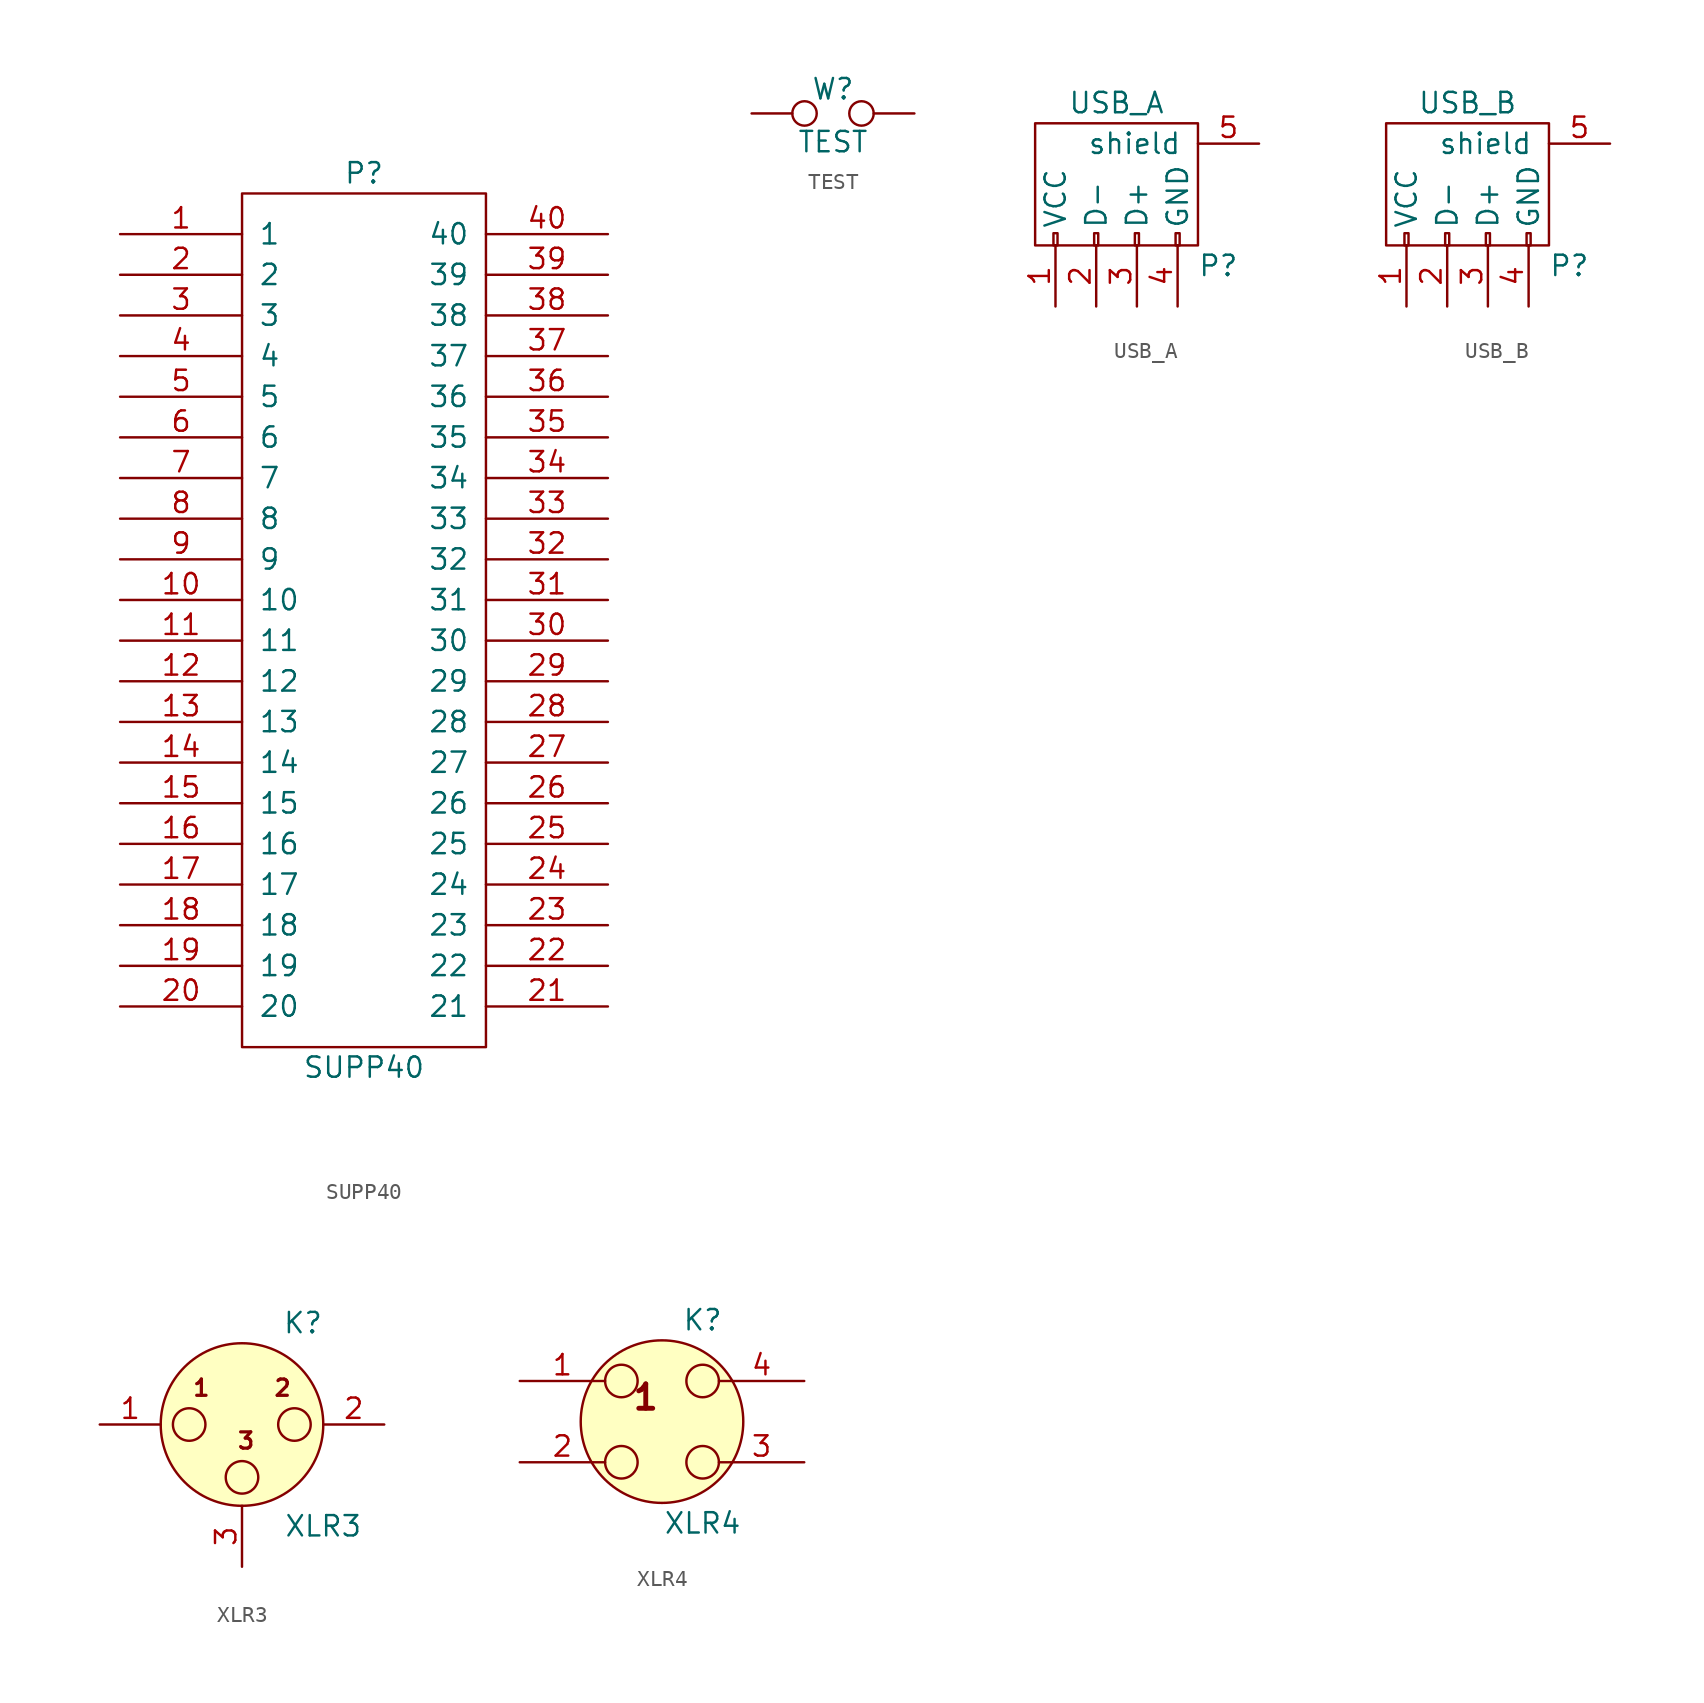
<source format=kicad_sym>
(kicad_symbol_lib
  (version 20231120)
  (generator "kicad_symbol_editor")
  (generator_version "8.0")
  (symbol "SUPP40"
    (pin_names
      (offset 1.016))
    (property "Reference" "P"
      (at 0 27.94 0)
      (effects (font (size 1.27 1.27))))
    (property "Value" "SUPP40"
      (at 0 -27.94 0)
      (effects (font (size 1.27 1.27))))
    (property "Footprint" ""
      (at 0 0 0)
      (effects (font (size 1.27 1.27))))
    (property "Datasheet" ""
      (at 0 0 0)
      (effects (font (size 1.27 1.27))))
    (symbol "SUPP40_0_1"
      (rectangle (start -7.62 -26.67) (end 7.62 26.67) (stroke (width 0) (type solid)) (fill (type none))))
    (symbol "SUPP40_1_1"
      (pin passive line (at -15.24 24.13 0) (length 7.62) (name "1" (effects (font (size 1.27 1.27)))) (number "1" (effects (font (size 1.27 1.27)))))
      (pin passive line (at -15.24 1.27 0) (length 7.62) (name "10" (effects (font (size 1.27 1.27)))) (number "10" (effects (font (size 1.27 1.27)))))
      (pin passive line (at -15.24 -1.27 0) (length 7.62) (name "11" (effects (font (size 1.27 1.27)))) (number "11" (effects (font (size 1.27 1.27)))))
      (pin passive line (at -15.24 -3.81 0) (length 7.62) (name "12" (effects (font (size 1.27 1.27)))) (number "12" (effects (font (size 1.27 1.27)))))
      (pin passive line (at -15.24 -6.35 0) (length 7.62) (name "13" (effects (font (size 1.27 1.27)))) (number "13" (effects (font (size 1.27 1.27)))))
      (pin passive line (at -15.24 -8.89 0) (length 7.62) (name "14" (effects (font (size 1.27 1.27)))) (number "14" (effects (font (size 1.27 1.27)))))
      (pin passive line (at -15.24 -11.43 0) (length 7.62) (name "15" (effects (font (size 1.27 1.27)))) (number "15" (effects (font (size 1.27 1.27)))))
      (pin passive line (at -15.24 -13.97 0) (length 7.62) (name "16" (effects (font (size 1.27 1.27)))) (number "16" (effects (font (size 1.27 1.27)))))
      (pin passive line (at -15.24 -16.51 0) (length 7.62) (name "17" (effects (font (size 1.27 1.27)))) (number "17" (effects (font (size 1.27 1.27)))))
      (pin passive line (at -15.24 -19.05 0) (length 7.62) (name "18" (effects (font (size 1.27 1.27)))) (number "18" (effects (font (size 1.27 1.27)))))
      (pin passive line (at -15.24 -21.59 0) (length 7.62) (name "19" (effects (font (size 1.27 1.27)))) (number "19" (effects (font (size 1.27 1.27)))))
      (pin passive line (at -15.24 21.59 0) (length 7.62) (name "2" (effects (font (size 1.27 1.27)))) (number "2" (effects (font (size 1.27 1.27)))))
      (pin passive line (at -15.24 -24.13 0) (length 7.62) (name "20" (effects (font (size 1.27 1.27)))) (number "20" (effects (font (size 1.27 1.27)))))
      (pin passive line (at 15.24 -24.13 180) (length 7.62) (name "21" (effects (font (size 1.27 1.27)))) (number "21" (effects (font (size 1.27 1.27)))))
      (pin passive line (at 15.24 -21.59 180) (length 7.62) (name "22" (effects (font (size 1.27 1.27)))) (number "22" (effects (font (size 1.27 1.27)))))
      (pin passive line (at 15.24 -19.05 180) (length 7.62) (name "23" (effects (font (size 1.27 1.27)))) (number "23" (effects (font (size 1.27 1.27)))))
      (pin passive line (at 15.24 -16.51 180) (length 7.62) (name "24" (effects (font (size 1.27 1.27)))) (number "24" (effects (font (size 1.27 1.27)))))
      (pin passive line (at 15.24 -13.97 180) (length 7.62) (name "25" (effects (font (size 1.27 1.27)))) (number "25" (effects (font (size 1.27 1.27)))))
      (pin passive line (at 15.24 -11.43 180) (length 7.62) (name "26" (effects (font (size 1.27 1.27)))) (number "26" (effects (font (size 1.27 1.27)))))
      (pin passive line (at 15.24 -8.89 180) (length 7.62) (name "27" (effects (font (size 1.27 1.27)))) (number "27" (effects (font (size 1.27 1.27)))))
      (pin passive line (at 15.24 -6.35 180) (length 7.62) (name "28" (effects (font (size 1.27 1.27)))) (number "28" (effects (font (size 1.27 1.27)))))
      (pin passive line (at 15.24 -3.81 180) (length 7.62) (name "29" (effects (font (size 1.27 1.27)))) (number "29" (effects (font (size 1.27 1.27)))))
      (pin passive line (at -15.24 19.05 0) (length 7.62) (name "3" (effects (font (size 1.27 1.27)))) (number "3" (effects (font (size 1.27 1.27)))))
      (pin passive line (at 15.24 -1.27 180) (length 7.62) (name "30" (effects (font (size 1.27 1.27)))) (number "30" (effects (font (size 1.27 1.27)))))
      (pin passive line (at 15.24 1.27 180) (length 7.62) (name "31" (effects (font (size 1.27 1.27)))) (number "31" (effects (font (size 1.27 1.27)))))
      (pin passive line (at 15.24 3.81 180) (length 7.62) (name "32" (effects (font (size 1.27 1.27)))) (number "32" (effects (font (size 1.27 1.27)))))
      (pin passive line (at 15.24 6.35 180) (length 7.62) (name "33" (effects (font (size 1.27 1.27)))) (number "33" (effects (font (size 1.27 1.27)))))
      (pin passive line (at 15.24 8.89 180) (length 7.62) (name "34" (effects (font (size 1.27 1.27)))) (number "34" (effects (font (size 1.27 1.27)))))
      (pin passive line (at 15.24 11.43 180) (length 7.62) (name "35" (effects (font (size 1.27 1.27)))) (number "35" (effects (font (size 1.27 1.27)))))
      (pin passive line (at 15.24 13.97 180) (length 7.62) (name "36" (effects (font (size 1.27 1.27)))) (number "36" (effects (font (size 1.27 1.27)))))
      (pin passive line (at 15.24 16.51 180) (length 7.62) (name "37" (effects (font (size 1.27 1.27)))) (number "37" (effects (font (size 1.27 1.27)))))
      (pin passive line (at 15.24 19.05 180) (length 7.62) (name "38" (effects (font (size 1.27 1.27)))) (number "38" (effects (font (size 1.27 1.27)))))
      (pin passive line (at 15.24 21.59 180) (length 7.62) (name "39" (effects (font (size 1.27 1.27)))) (number "39" (effects (font (size 1.27 1.27)))))
      (pin passive line (at -15.24 16.51 0) (length 7.62) (name "4" (effects (font (size 1.27 1.27)))) (number "4" (effects (font (size 1.27 1.27)))))
      (pin passive line (at 15.24 24.13 180) (length 7.62) (name "40" (effects (font (size 1.27 1.27)))) (number "40" (effects (font (size 1.27 1.27)))))
      (pin passive line (at -15.24 13.97 0) (length 7.62) (name "5" (effects (font (size 1.27 1.27)))) (number "5" (effects (font (size 1.27 1.27)))))
      (pin passive line (at -15.24 11.43 0) (length 7.62) (name "6" (effects (font (size 1.27 1.27)))) (number "6" (effects (font (size 1.27 1.27)))))
      (pin passive line (at -15.24 8.89 0) (length 7.62) (name "7" (effects (font (size 1.27 1.27)))) (number "7" (effects (font (size 1.27 1.27)))))
      (pin passive line (at -15.24 6.35 0) (length 7.62) (name "8" (effects (font (size 1.27 1.27)))) (number "8" (effects (font (size 1.27 1.27)))))
      (pin passive line (at -15.24 3.81 0) (length 7.62) (name "9" (effects (font (size 1.27 1.27)))) (number "9" (effects (font (size 1.27 1.27)))))))
  (symbol "TEST"
    (pin_numbers hide)
    (pin_names
      (offset 0.762) hide)
    (property "Reference" "W"
      (at 0 1.524 0)
      (effects (font (size 1.27 1.27))))
    (property "Value" "TEST"
      (at 0 -1.778 0)
      (effects (font (size 1.27 1.27))))
    (property "Footprint" ""
      (at 0 0 0)
      (effects (font (size 1.27 1.27))))
    (property "Datasheet" ""
      (at 0 0 0)
      (effects (font (size 1.27 1.27))))
    (symbol "TEST_0_1"
      (circle (center -1.778 0) (radius 0.762) (stroke (width 0) (type solid)) (fill (type none)))
      (circle (center 1.778 0) (radius 0.762) (stroke (width 0) (type solid)) (fill (type none)))
      (pin passive line (at -5.08 0 0) (length 2.54) (name "1" (effects (font (size 1.27 1.27)))) (number "1" (effects (font (size 1.27 1.27)))))
      (pin passive line (at 5.08 0 180) (length 2.54) (name "2" (effects (font (size 1.27 1.27)))) (number "2" (effects (font (size 1.27 1.27)))))))
  (symbol "USB_A"
    (pin_names
      (offset 1.016))
    (property "Reference" "P"
      (at 5.08 -5.08 0)
      (effects (font (size 1.27 1.27))))
    (property "Value" "USB_A"
      (at -1.27 5.08 0)
      (effects (font (size 1.27 1.27))))
    (property "Footprint" ""
      (at -1.27 -2.54 90)
      (effects (font (size 1.27 1.27))))
    (property "Datasheet" ""
      (at -1.27 -2.54 90)
      (effects (font (size 1.27 1.27))))
    (symbol "USB_A_0_1"
      (rectangle (start -6.35 -3.81) (end 3.81 3.81) (stroke (width 0) (type solid)) (fill (type none)))
      (rectangle (start -5.207 -3.81) (end -4.953 -3.048) (stroke (width 0) (type solid)) (fill (type none)))
      (rectangle (start -2.667 -3.81) (end -2.413 -3.048) (stroke (width 0) (type solid)) (fill (type none)))
      (rectangle (start -0.127 -3.81) (end 0.127 -3.048) (stroke (width 0) (type solid)) (fill (type none)))
      (rectangle (start 2.413 -3.81) (end 2.667 -3.048) (stroke (width 0) (type solid)) (fill (type none))))
    (symbol "USB_A_1_1"
      (pin power_in line (at -5.08 -7.62 90) (length 3.81) (name "VCC" (effects (font (size 1.27 1.27)))) (number "1" (effects (font (size 1.27 1.27)))))
      (pin passive line (at -2.54 -7.62 90) (length 3.81) (name "D-" (effects (font (size 1.27 1.27)))) (number "2" (effects (font (size 1.27 1.27)))))
      (pin passive line (at 0 -7.62 90) (length 3.81) (name "D+" (effects (font (size 1.27 1.27)))) (number "3" (effects (font (size 1.27 1.27)))))
      (pin power_in line (at 2.54 -7.62 90) (length 3.81) (name "GND" (effects (font (size 1.27 1.27)))) (number "4" (effects (font (size 1.27 1.27)))))
      (pin passive line (at 7.62 2.54 180) (length 3.81) (name "shield" (effects (font (size 1.27 1.27)))) (number "5" (effects (font (size 1.27 1.27)))))))
  (symbol "USB_B"
    (pin_names
      (offset 1.016))
    (property "Reference" "P"
      (at 5.08 -5.08 0)
      (effects (font (size 1.27 1.27))))
    (property "Value" "USB_B"
      (at -1.27 5.08 0)
      (effects (font (size 1.27 1.27))))
    (property "Footprint" ""
      (at -1.27 -2.54 90)
      (effects (font (size 1.27 1.27))))
    (property "Datasheet" ""
      (at -1.27 -2.54 90)
      (effects (font (size 1.27 1.27))))
    (symbol "USB_B_0_1"
      (rectangle (start -6.35 -3.81) (end 3.81 3.81) (stroke (width 0) (type solid)) (fill (type none)))
      (rectangle (start -5.207 -3.81) (end -4.953 -3.048) (stroke (width 0) (type solid)) (fill (type none)))
      (rectangle (start -2.667 -3.81) (end -2.413 -3.048) (stroke (width 0) (type solid)) (fill (type none)))
      (rectangle (start -0.127 -3.81) (end 0.127 -3.048) (stroke (width 0) (type solid)) (fill (type none)))
      (rectangle (start 2.413 -3.81) (end 2.667 -3.048) (stroke (width 0) (type solid)) (fill (type none))))
    (symbol "USB_B_1_1"
      (pin power_out line (at -5.08 -7.62 90) (length 3.81) (name "VCC" (effects (font (size 1.27 1.27)))) (number "1" (effects (font (size 1.27 1.27)))))
      (pin passive line (at -2.54 -7.62 90) (length 3.81) (name "D-" (effects (font (size 1.27 1.27)))) (number "2" (effects (font (size 1.27 1.27)))))
      (pin passive line (at 0 -7.62 90) (length 3.81) (name "D+" (effects (font (size 1.27 1.27)))) (number "3" (effects (font (size 1.27 1.27)))))
      (pin power_in line (at 2.54 -7.62 90) (length 3.81) (name "GND" (effects (font (size 1.27 1.27)))) (number "4" (effects (font (size 1.27 1.27)))))
      (pin passive line (at 7.62 2.54 180) (length 3.81) (name "shield" (effects (font (size 1.27 1.27)))) (number "5" (effects (font (size 1.27 1.27)))))))
  (symbol "XLR3"
    (pin_names
      (offset 0.762) hide)
    (property "Reference" "K"
      (at 3.81 6.35 0)
      (effects (font (size 1.27 1.27))))
    (property "Value" "XLR3"
      (at 5.08 -6.35 0)
      (effects (font (size 1.27 1.27))))
    (property "Footprint" ""
      (at 0 0 0)
      (effects (font (size 1.27 1.27))))
    (property "Datasheet" ""
      (at 0 0 0)
      (effects (font (size 1.27 1.27))))
    (symbol "XLR3_0_1"
      (circle (center -3.302 0) (radius 1.016) (stroke (width 0) (type solid)) (fill (type none)))
      (circle (center 0 -3.302) (radius 1.016) (stroke (width 0) (type solid)) (fill (type none)))
      (circle (center 0 0) (radius 5.08) (stroke (width 0) (type solid)) (fill (type background)))
      (circle (center 3.277 0) (radius 1.016) (stroke (width 0) (type solid)) (fill (type none)))
      (text "1" (at -2.54 2.286 0) (effects (font (size 1.016 1.016) (bold yes))))
      (text "2" (at 2.54 2.286 0) (effects (font (size 1.016 1.016) (bold yes))))
      (text "3" (at 0.254 -1.016 0) (effects (font (size 1.016 1.016) (bold yes))))
      (pin passive line (at -8.89 0 0) (length 3.81) (name "~" (effects (font (size 1.27 1.27)))) (number "1" (effects (font (size 1.27 1.27)))))
      (pin passive line (at 8.89 0 180) (length 3.81) (name "~" (effects (font (size 1.27 1.27)))) (number "2" (effects (font (size 1.27 1.27)))))
      (pin passive line (at 0 -8.89 90) (length 3.81) (name "~" (effects (font (size 1.27 1.27)))) (number "3" (effects (font (size 1.27 1.27)))))))
  (symbol "XLR4"
    (pin_names
      (offset 0.762) hide)
    (property "Reference" "K"
      (at 2.54 6.35 0)
      (effects (font (size 1.27 1.27))))
    (property "Value" "XLR4"
      (at 2.54 -6.35 0)
      (effects (font (size 1.27 1.27))))
    (property "Footprint" ""
      (at 0 0 0)
      (effects (font (size 1.27 1.27))))
    (property "Datasheet" ""
      (at 0 0 0)
      (effects (font (size 1.27 1.27))))
    (symbol "XLR4_0_1"
      (circle (center -2.54 -2.54) (radius 1.016) (stroke (width 0) (type solid)) (fill (type none)))
      (circle (center -2.54 2.54) (radius 1.016) (stroke (width 0) (type solid)) (fill (type none)))
      (circle (center 0 0) (radius 5.08) (stroke (width 0) (type solid)) (fill (type background)))
      (circle (center 2.54 -2.54) (radius 1.016) (stroke (width 0) (type solid)) (fill (type none)))
      (circle (center 2.54 2.54) (radius 1.016) (stroke (width 0) (type solid)) (fill (type none)))
      (text "1" (at -1.016 1.524 0) (effects (font (size 1.524 1.524) (bold yes)))))
    (symbol "XLR4_1_1"
      (pin passive line (at -8.89 2.54 0) (length 5.334) (name "~" (effects (font (size 1.27 1.27)))) (number "1" (effects (font (size 1.27 1.27)))))
      (pin passive line (at -8.89 -2.54 0) (length 5.334) (name "~" (effects (font (size 1.27 1.27)))) (number "2" (effects (font (size 1.27 1.27)))))
      (pin passive line (at 8.89 -2.54 180) (length 5.334) (name "~" (effects (font (size 1.27 1.27)))) (number "3" (effects (font (size 1.27 1.27)))))
      (pin passive line (at 8.89 2.54 180) (length 5.334) (name "~" (effects (font (size 1.27 1.27)))) (number "4" (effects (font (size 1.27 1.27))))))))
</source>
